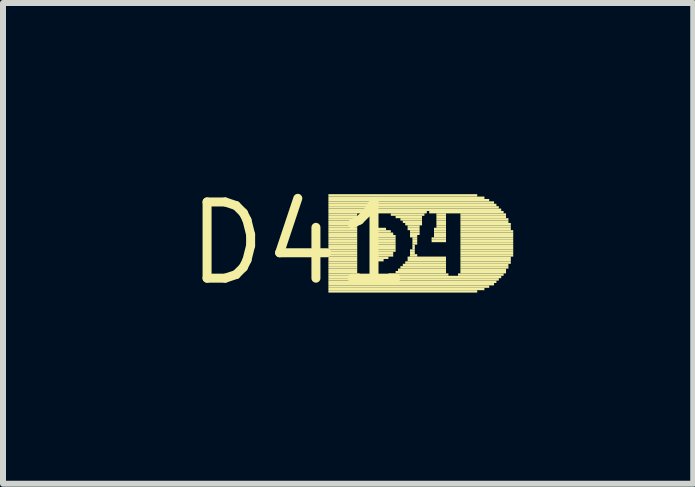
<source format=kicad_pcb>
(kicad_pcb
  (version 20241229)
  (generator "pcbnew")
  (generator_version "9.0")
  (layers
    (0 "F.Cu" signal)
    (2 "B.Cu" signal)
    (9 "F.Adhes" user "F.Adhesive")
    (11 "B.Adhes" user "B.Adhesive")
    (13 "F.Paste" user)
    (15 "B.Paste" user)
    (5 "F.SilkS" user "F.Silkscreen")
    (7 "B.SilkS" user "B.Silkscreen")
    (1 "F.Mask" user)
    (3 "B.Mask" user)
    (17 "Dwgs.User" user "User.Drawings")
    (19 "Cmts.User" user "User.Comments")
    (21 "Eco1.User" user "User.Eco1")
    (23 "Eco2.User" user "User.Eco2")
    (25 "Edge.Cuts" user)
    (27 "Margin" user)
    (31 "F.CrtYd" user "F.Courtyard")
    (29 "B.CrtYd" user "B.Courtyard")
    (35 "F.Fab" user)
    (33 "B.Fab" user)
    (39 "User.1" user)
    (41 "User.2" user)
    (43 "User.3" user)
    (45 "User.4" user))
  (footprint "D41"
    (layer "F.Cu")
    (at 1.943 1.006)
    (property "Reference" "D41" (at 0 0 0) (layer "F.SilkS") (effects (font (size 1.27 1.27) (thickness 0.15))))
    (fp_poly (pts (xy 0.48 -0.78) (xy 2.96 -0.78) (xy 2.96 -0.82) (xy 0.48 -0.82)) (stroke (width 0) (type default)) (fill yes) (layer "F.SilkS"))
    (fp_poly (pts (xy 0.48 -0.74) (xy 3.08 -0.74) (xy 3.08 -0.78) (xy 0.48 -0.78)) (stroke (width 0) (type default)) (fill yes) (layer "F.SilkS"))
    (fp_poly (pts (xy 0.48 -0.7) (xy 3.16 -0.7) (xy 3.16 -0.74) (xy 0.48 -0.74)) (stroke (width 0) (type default)) (fill yes) (layer "F.SilkS"))
    (fp_poly (pts (xy 0.48 -0.66) (xy 3.24 -0.66) (xy 3.24 -0.7) (xy 0.48 -0.7)) (stroke (width 0) (type default)) (fill yes) (layer "F.SilkS"))
    (fp_poly (pts (xy 0.48 -0.62) (xy 3.28 -0.62) (xy 3.28 -0.66) (xy 0.48 -0.66)) (stroke (width 0) (type default)) (fill yes) (layer "F.SilkS"))
    (fp_poly (pts (xy 0.48 -0.58) (xy 3.32 -0.58) (xy 3.32 -0.62) (xy 0.48 -0.62)) (stroke (width 0) (type default)) (fill yes) (layer "F.SilkS"))
    (fp_poly (pts (xy 0.48 -0.54) (xy 3.36 -0.54) (xy 3.36 -0.58) (xy 0.48 -0.58)) (stroke (width 0) (type default)) (fill yes) (layer "F.SilkS"))
    (fp_poly (pts (xy 0.48 -0.5) (xy 2.12 -0.5) (xy 2.12 -0.54) (xy 0.48 -0.54)) (stroke (width 0) (type default)) (fill yes) (layer "F.SilkS"))
    (fp_poly (pts (xy 0.48 -0.46) (xy 0.96 -0.46) (xy 0.96 -0.5) (xy 0.48 -0.5)) (stroke (width 0) (type default)) (fill yes) (layer "F.SilkS"))
    (fp_poly (pts (xy 0.48 -0.42) (xy 0.96 -0.42) (xy 0.96 -0.46) (xy 0.48 -0.46)) (stroke (width 0) (type default)) (fill yes) (layer "F.SilkS"))
    (fp_poly (pts (xy 0.48 -0.38) (xy 0.96 -0.38) (xy 0.96 -0.42) (xy 0.48 -0.42)) (stroke (width 0) (type default)) (fill yes) (layer "F.SilkS"))
    (fp_poly (pts (xy 0.48 -0.34) (xy 0.96 -0.34) (xy 0.96 -0.38) (xy 0.48 -0.38)) (stroke (width 0) (type default)) (fill yes) (layer "F.SilkS"))
    (fp_poly (pts (xy 0.48 -0.3) (xy 0.96 -0.3) (xy 0.96 -0.34) (xy 0.48 -0.34)) (stroke (width 0) (type default)) (fill yes) (layer "F.SilkS"))
    (fp_poly (pts (xy 0.48 -0.26) (xy 0.96 -0.26) (xy 0.96 -0.3) (xy 0.48 -0.3)) (stroke (width 0) (type default)) (fill yes) (layer "F.SilkS"))
    (fp_poly (pts (xy 0.48 -0.22) (xy 0.96 -0.22) (xy 0.96 -0.26) (xy 0.48 -0.26)) (stroke (width 0) (type default)) (fill yes) (layer "F.SilkS"))
    (fp_poly (pts (xy 0.48 -0.18) (xy 0.96 -0.18) (xy 0.96 -0.22) (xy 0.48 -0.22)) (stroke (width 0) (type default)) (fill yes) (layer "F.SilkS"))
    (fp_poly (pts (xy 0.48 -0.14) (xy 0.96 -0.14) (xy 0.96 -0.18) (xy 0.48 -0.18)) (stroke (width 0) (type default)) (fill yes) (layer "F.SilkS"))
    (fp_poly (pts (xy 0.48 -0.1) (xy 0.96 -0.1) (xy 0.96 -0.14) (xy 0.48 -0.14)) (stroke (width 0) (type default)) (fill yes) (layer "F.SilkS"))
    (fp_poly (pts (xy 0.48 -0.06) (xy 0.96 -0.06) (xy 0.96 -0.1) (xy 0.48 -0.1)) (stroke (width 0) (type default)) (fill yes) (layer "F.SilkS"))
    (fp_poly (pts (xy 0.48 -0.02) (xy 0.96 -0.02) (xy 0.96 -0.06) (xy 0.48 -0.06)) (stroke (width 0) (type default)) (fill yes) (layer "F.SilkS"))
    (fp_poly (pts (xy 0.48 0.02) (xy 0.96 0.02) (xy 0.96 -0.02) (xy 0.48 -0.02)) (stroke (width 0) (type default)) (fill yes) (layer "F.SilkS"))
    (fp_poly (pts (xy 0.48 0.06) (xy 0.96 0.06) (xy 0.96 0.02) (xy 0.48 0.02)) (stroke (width 0) (type default)) (fill yes) (layer "F.SilkS"))
    (fp_poly (pts (xy 0.48 0.1) (xy 0.96 0.1) (xy 0.96 0.06) (xy 0.48 0.06)) (stroke (width 0) (type default)) (fill yes) (layer "F.SilkS"))
    (fp_poly (pts (xy 0.48 0.14) (xy 0.96 0.14) (xy 0.96 0.1) (xy 0.48 0.1)) (stroke (width 0) (type default)) (fill yes) (layer "F.SilkS"))
    (fp_poly (pts (xy 0.48 0.18) (xy 0.96 0.18) (xy 0.96 0.14) (xy 0.48 0.14)) (stroke (width 0) (type default)) (fill yes) (layer "F.SilkS"))
    (fp_poly (pts (xy 0.48 0.22) (xy 0.96 0.22) (xy 0.96 0.18) (xy 0.48 0.18)) (stroke (width 0) (type default)) (fill yes) (layer "F.SilkS"))
    (fp_poly (pts (xy 0.48 0.26) (xy 0.96 0.26) (xy 0.96 0.22) (xy 0.48 0.22)) (stroke (width 0) (type default)) (fill yes) (layer "F.SilkS"))
    (fp_poly (pts (xy 0.48 0.3) (xy 0.96 0.3) (xy 0.96 0.26) (xy 0.48 0.26)) (stroke (width 0) (type default)) (fill yes) (layer "F.SilkS"))
    (fp_poly (pts (xy 0.48 0.34) (xy 0.96 0.34) (xy 0.96 0.3) (xy 0.48 0.3)) (stroke (width 0) (type default)) (fill yes) (layer "F.SilkS"))
    (fp_poly (pts (xy 0.48 0.38) (xy 0.96 0.38) (xy 0.96 0.34) (xy 0.48 0.34)) (stroke (width 0) (type default)) (fill yes) (layer "F.SilkS"))
    (fp_poly (pts (xy 0.48 0.42) (xy 0.96 0.42) (xy 0.96 0.38) (xy 0.48 0.38)) (stroke (width 0) (type default)) (fill yes) (layer "F.SilkS"))
    (fp_poly (pts (xy 0.48 0.46) (xy 0.96 0.46) (xy 0.96 0.42) (xy 0.48 0.42)) (stroke (width 0) (type default)) (fill yes) (layer "F.SilkS"))
    (fp_poly (pts (xy 0.48 0.5) (xy 0.96 0.5) (xy 0.96 0.46) (xy 0.48 0.46)) (stroke (width 0) (type default)) (fill yes) (layer "F.SilkS"))
    (fp_poly (pts (xy 0.48 0.54) (xy 1 0.54) (xy 1 0.5) (xy 0.48 0.5)) (stroke (width 0) (type default)) (fill yes) (layer "F.SilkS"))
    (fp_poly (pts (xy 0.48 0.58) (xy 3.36 0.58) (xy 3.36 0.54) (xy 0.48 0.54)) (stroke (width 0) (type default)) (fill yes) (layer "F.SilkS"))
    (fp_poly (pts (xy 0.48 0.62) (xy 3.32 0.62) (xy 3.32 0.58) (xy 0.48 0.58)) (stroke (width 0) (type default)) (fill yes) (layer "F.SilkS"))
    (fp_poly (pts (xy 0.48 0.66) (xy 3.28 0.66) (xy 3.28 0.62) (xy 0.48 0.62)) (stroke (width 0) (type default)) (fill yes) (layer "F.SilkS"))
    (fp_poly (pts (xy 0.48 0.7) (xy 3.24 0.7) (xy 3.24 0.66) (xy 0.48 0.66)) (stroke (width 0) (type default)) (fill yes) (layer "F.SilkS"))
    (fp_poly (pts (xy 0.48 0.74) (xy 3.16 0.74) (xy 3.16 0.7) (xy 0.48 0.7)) (stroke (width 0) (type default)) (fill yes) (layer "F.SilkS"))
    (fp_poly (pts (xy 0.48 0.78) (xy 3.08 0.78) (xy 3.08 0.74) (xy 0.48 0.74)) (stroke (width 0) (type default)) (fill yes) (layer "F.SilkS"))
    (fp_poly (pts (xy 0.48 0.82) (xy 2.96 0.82) (xy 2.96 0.78) (xy 0.48 0.78)) (stroke (width 0) (type default)) (fill yes) (layer "F.SilkS"))
    (fp_poly (pts (xy 1.2 -0.22) (xy 1.44 -0.22) (xy 1.44 -0.26) (xy 1.2 -0.26)) (stroke (width 0) (type default)) (fill yes) (layer "F.SilkS"))
    (fp_poly (pts (xy 1.2 -0.18) (xy 1.52 -0.18) (xy 1.52 -0.22) (xy 1.2 -0.22)) (stroke (width 0) (type default)) (fill yes) (layer "F.SilkS"))
    (fp_poly (pts (xy 1.2 -0.14) (xy 1.56 -0.14) (xy 1.56 -0.18) (xy 1.2 -0.18)) (stroke (width 0) (type default)) (fill yes) (layer "F.SilkS"))
    (fp_poly (pts (xy 1.2 -0.1) (xy 1.6 -0.1) (xy 1.6 -0.14) (xy 1.2 -0.14)) (stroke (width 0) (type default)) (fill yes) (layer "F.SilkS"))
    (fp_poly (pts (xy 1.2 -0.06) (xy 1.6 -0.06) (xy 1.6 -0.1) (xy 1.2 -0.1)) (stroke (width 0) (type default)) (fill yes) (layer "F.SilkS"))
    (fp_poly (pts (xy 1.2 -0.02) (xy 1.6 -0.02) (xy 1.6 -0.06) (xy 1.2 -0.06)) (stroke (width 0) (type default)) (fill yes) (layer "F.SilkS"))
    (fp_poly (pts (xy 1.2 0.02) (xy 1.6 0.02) (xy 1.6 -0.02) (xy 1.2 -0.02)) (stroke (width 0) (type default)) (fill yes) (layer "F.SilkS"))
    (fp_poly (pts (xy 1.2 0.06) (xy 1.6 0.06) (xy 1.6 0.02) (xy 1.2 0.02)) (stroke (width 0) (type default)) (fill yes) (layer "F.SilkS"))
    (fp_poly (pts (xy 1.2 0.1) (xy 1.6 0.1) (xy 1.6 0.06) (xy 1.2 0.06)) (stroke (width 0) (type default)) (fill yes) (layer "F.SilkS"))
    (fp_poly (pts (xy 1.2 0.14) (xy 1.6 0.14) (xy 1.6 0.1) (xy 1.2 0.1)) (stroke (width 0) (type default)) (fill yes) (layer "F.SilkS"))
    (fp_poly (pts (xy 1.2 0.18) (xy 1.56 0.18) (xy 1.56 0.14) (xy 1.2 0.14)) (stroke (width 0) (type default)) (fill yes) (layer "F.SilkS"))
    (fp_poly (pts (xy 1.2 0.22) (xy 1.56 0.22) (xy 1.56 0.18) (xy 1.2 0.18)) (stroke (width 0) (type default)) (fill yes) (layer "F.SilkS"))
    (fp_poly (pts (xy 1.2 0.26) (xy 1.48 0.26) (xy 1.48 0.22) (xy 1.2 0.22)) (stroke (width 0) (type default)) (fill yes) (layer "F.SilkS"))
    (fp_poly (pts (xy 1.2 0.3) (xy 1.4 0.3) (xy 1.4 0.26) (xy 1.2 0.26)) (stroke (width 0) (type default)) (fill yes) (layer "F.SilkS"))
    (fp_poly (pts (xy 1.48 0.54) (xy 2.48 0.54) (xy 2.48 0.5) (xy 1.48 0.5)) (stroke (width 0) (type default)) (fill yes) (layer "F.SilkS"))
    (fp_poly (pts (xy 1.52 -0.46) (xy 2.08 -0.46) (xy 2.08 -0.5) (xy 1.52 -0.5)) (stroke (width 0) (type default)) (fill yes) (layer "F.SilkS"))
    (fp_poly (pts (xy 1.6 -0.42) (xy 2.04 -0.42) (xy 2.04 -0.46) (xy 1.6 -0.46)) (stroke (width 0) (type default)) (fill yes) (layer "F.SilkS"))
    (fp_poly (pts (xy 1.6 0.5) (xy 2.44 0.5) (xy 2.44 0.46) (xy 1.6 0.46)) (stroke (width 0) (type default)) (fill yes) (layer "F.SilkS"))
    (fp_poly (pts (xy 1.64 0.46) (xy 2.44 0.46) (xy 2.44 0.42) (xy 1.64 0.42)) (stroke (width 0) (type default)) (fill yes) (layer "F.SilkS"))
    (fp_poly (pts (xy 1.68 -0.38) (xy 2.04 -0.38) (xy 2.04 -0.42) (xy 1.68 -0.42)) (stroke (width 0) (type default)) (fill yes) (layer "F.SilkS"))
    (fp_poly (pts (xy 1.68 0.42) (xy 2.44 0.42) (xy 2.44 0.38) (xy 1.68 0.38)) (stroke (width 0) (type default)) (fill yes) (layer "F.SilkS"))
    (fp_poly (pts (xy 1.72 -0.34) (xy 2.04 -0.34) (xy 2.04 -0.38) (xy 1.72 -0.38)) (stroke (width 0) (type default)) (fill yes) (layer "F.SilkS"))
    (fp_poly (pts (xy 1.72 0.38) (xy 2.44 0.38) (xy 2.44 0.34) (xy 1.72 0.34)) (stroke (width 0) (type default)) (fill yes) (layer "F.SilkS"))
    (fp_poly (pts (xy 1.76 -0.3) (xy 2.04 -0.3) (xy 2.04 -0.34) (xy 1.76 -0.34)) (stroke (width 0) (type default)) (fill yes) (layer "F.SilkS"))
    (fp_poly (pts (xy 1.76 0.34) (xy 2.44 0.34) (xy 2.44 0.3) (xy 1.76 0.3)) (stroke (width 0) (type default)) (fill yes) (layer "F.SilkS"))
    (fp_poly (pts (xy 1.8 -0.26) (xy 2 -0.26) (xy 2 -0.3) (xy 1.8 -0.3)) (stroke (width 0) (type default)) (fill yes) (layer "F.SilkS"))
    (fp_poly (pts (xy 1.8 -0.22) (xy 2 -0.22) (xy 2 -0.26) (xy 1.8 -0.26)) (stroke (width 0) (type default)) (fill yes) (layer "F.SilkS"))
    (fp_poly (pts (xy 1.8 0.26) (xy 2.44 0.26) (xy 2.44 0.22) (xy 1.8 0.22)) (stroke (width 0) (type default)) (fill yes) (layer "F.SilkS"))
    (fp_poly (pts (xy 1.8 0.3) (xy 2.44 0.3) (xy 2.44 0.26) (xy 1.8 0.26)) (stroke (width 0) (type default)) (fill yes) (layer "F.SilkS"))
    (fp_poly (pts (xy 1.84 -0.18) (xy 2 -0.18) (xy 2 -0.22) (xy 1.84 -0.22)) (stroke (width 0) (type default)) (fill yes) (layer "F.SilkS"))
    (fp_poly (pts (xy 1.84 -0.14) (xy 2 -0.14) (xy 2 -0.18) (xy 1.84 -0.18)) (stroke (width 0) (type default)) (fill yes) (layer "F.SilkS"))
    (fp_poly (pts (xy 1.84 -0.1) (xy 1.96 -0.1) (xy 1.96 -0.14) (xy 1.84 -0.14)) (stroke (width 0) (type default)) (fill yes) (layer "F.SilkS"))
    (fp_poly (pts (xy 1.84 0.14) (xy 1.92 0.14) (xy 1.92 0.1) (xy 1.84 0.1)) (stroke (width 0) (type default)) (fill yes) (layer "F.SilkS"))
    (fp_poly (pts (xy 1.84 0.18) (xy 1.92 0.18) (xy 1.92 0.14) (xy 1.84 0.14)) (stroke (width 0) (type default)) (fill yes) (layer "F.SilkS"))
    (fp_poly (pts (xy 1.84 0.22) (xy 1.96 0.22) (xy 1.96 0.18) (xy 1.84 0.18)) (stroke (width 0) (type default)) (fill yes) (layer "F.SilkS"))
    (fp_poly (pts (xy 1.88 -0.06) (xy 1.96 -0.06) (xy 1.96 -0.1) (xy 1.88 -0.1)) (stroke (width 0) (type default)) (fill yes) (layer "F.SilkS"))
    (fp_poly (pts (xy 1.88 -0.02) (xy 1.96 -0.02) (xy 1.96 -0.06) (xy 1.88 -0.06)) (stroke (width 0) (type default)) (fill yes) (layer "F.SilkS"))
    (fp_poly (pts (xy 1.88 0.02) (xy 1.96 0.02) (xy 1.96 -0.02) (xy 1.88 -0.02)) (stroke (width 0) (type default)) (fill yes) (layer "F.SilkS"))
    (fp_poly (pts (xy 1.88 0.06) (xy 1.92 0.06) (xy 1.92 0.02) (xy 1.88 0.02)) (stroke (width 0) (type default)) (fill yes) (layer "F.SilkS"))
    (fp_poly (pts (xy 1.88 0.1) (xy 1.92 0.1) (xy 1.92 0.06) (xy 1.88 0.06)) (stroke (width 0) (type default)) (fill yes) (layer "F.SilkS"))
    (fp_poly (pts (xy 2.16 -0.5) (xy 3.4 -0.5) (xy 3.4 -0.54) (xy 2.16 -0.54)) (stroke (width 0) (type default)) (fill yes) (layer "F.SilkS"))
    (fp_poly (pts (xy 2.2 -0.06) (xy 2.44 -0.06) (xy 2.44 -0.1) (xy 2.2 -0.1)) (stroke (width 0) (type default)) (fill yes) (layer "F.SilkS"))
    (fp_poly (pts (xy 2.2 -0.02) (xy 2.44 -0.02) (xy 2.44 -0.06) (xy 2.2 -0.06)) (stroke (width 0) (type default)) (fill yes) (layer "F.SilkS"))
    (fp_poly (pts (xy 2.24 -0.22) (xy 2.44 -0.22) (xy 2.44 -0.26) (xy 2.24 -0.26)) (stroke (width 0) (type default)) (fill yes) (layer "F.SilkS"))
    (fp_poly (pts (xy 2.24 -0.18) (xy 2.44 -0.18) (xy 2.44 -0.22) (xy 2.24 -0.22)) (stroke (width 0) (type default)) (fill yes) (layer "F.SilkS"))
    (fp_poly (pts (xy 2.24 -0.14) (xy 2.44 -0.14) (xy 2.44 -0.18) (xy 2.24 -0.18)) (stroke (width 0) (type default)) (fill yes) (layer "F.SilkS"))
    (fp_poly (pts (xy 2.24 -0.1) (xy 2.44 -0.1) (xy 2.44 -0.14) (xy 2.24 -0.14)) (stroke (width 0) (type default)) (fill yes) (layer "F.SilkS"))
    (fp_poly (pts (xy 2.28 -0.46) (xy 2.44 -0.46) (xy 2.44 -0.5) (xy 2.28 -0.5)) (stroke (width 0) (type default)) (fill yes) (layer "F.SilkS"))
    (fp_poly (pts (xy 2.28 -0.42) (xy 2.44 -0.42) (xy 2.44 -0.46) (xy 2.28 -0.46)) (stroke (width 0) (type default)) (fill yes) (layer "F.SilkS"))
    (fp_poly (pts (xy 2.28 -0.38) (xy 2.44 -0.38) (xy 2.44 -0.42) (xy 2.28 -0.42)) (stroke (width 0) (type default)) (fill yes) (layer "F.SilkS"))
    (fp_poly (pts (xy 2.28 -0.34) (xy 2.44 -0.34) (xy 2.44 -0.38) (xy 2.28 -0.38)) (stroke (width 0) (type default)) (fill yes) (layer "F.SilkS"))
    (fp_poly (pts (xy 2.28 -0.3) (xy 2.44 -0.3) (xy 2.44 -0.34) (xy 2.28 -0.34)) (stroke (width 0) (type default)) (fill yes) (layer "F.SilkS"))
    (fp_poly (pts (xy 2.28 -0.26) (xy 2.44 -0.26) (xy 2.44 -0.3) (xy 2.28 -0.3)) (stroke (width 0) (type default)) (fill yes) (layer "F.SilkS"))
    (fp_poly (pts (xy 2.64 0.54) (xy 3.4 0.54) (xy 3.4 0.5) (xy 2.64 0.5)) (stroke (width 0) (type default)) (fill yes) (layer "F.SilkS"))
    (fp_poly (pts (xy 2.68 -0.46) (xy 3.44 -0.46) (xy 3.44 -0.5) (xy 2.68 -0.5)) (stroke (width 0) (type default)) (fill yes) (layer "F.SilkS"))
    (fp_poly (pts (xy 2.68 -0.42) (xy 3.44 -0.42) (xy 3.44 -0.46) (xy 2.68 -0.46)) (stroke (width 0) (type default)) (fill yes) (layer "F.SilkS"))
    (fp_poly (pts (xy 2.68 -0.38) (xy 3.48 -0.38) (xy 3.48 -0.42) (xy 2.68 -0.42)) (stroke (width 0) (type default)) (fill yes) (layer "F.SilkS"))
    (fp_poly (pts (xy 2.68 -0.34) (xy 3.48 -0.34) (xy 3.48 -0.38) (xy 2.68 -0.38)) (stroke (width 0) (type default)) (fill yes) (layer "F.SilkS"))
    (fp_poly (pts (xy 2.68 -0.3) (xy 3.52 -0.3) (xy 3.52 -0.34) (xy 2.68 -0.34)) (stroke (width 0) (type default)) (fill yes) (layer "F.SilkS"))
    (fp_poly (pts (xy 2.68 -0.26) (xy 3.52 -0.26) (xy 3.52 -0.3) (xy 2.68 -0.3)) (stroke (width 0) (type default)) (fill yes) (layer "F.SilkS"))
    (fp_poly (pts (xy 2.68 -0.22) (xy 3.52 -0.22) (xy 3.52 -0.26) (xy 2.68 -0.26)) (stroke (width 0) (type default)) (fill yes) (layer "F.SilkS"))
    (fp_poly (pts (xy 2.68 -0.18) (xy 3.56 -0.18) (xy 3.56 -0.22) (xy 2.68 -0.22)) (stroke (width 0) (type default)) (fill yes) (layer "F.SilkS"))
    (fp_poly (pts (xy 2.68 -0.14) (xy 3.56 -0.14) (xy 3.56 -0.18) (xy 2.68 -0.18)) (stroke (width 0) (type default)) (fill yes) (layer "F.SilkS"))
    (fp_poly (pts (xy 2.68 -0.1) (xy 3.56 -0.1) (xy 3.56 -0.14) (xy 2.68 -0.14)) (stroke (width 0) (type default)) (fill yes) (layer "F.SilkS"))
    (fp_poly (pts (xy 2.68 -0.06) (xy 3.56 -0.06) (xy 3.56 -0.1) (xy 2.68 -0.1)) (stroke (width 0) (type default)) (fill yes) (layer "F.SilkS"))
    (fp_poly (pts (xy 2.68 -0.02) (xy 3.56 -0.02) (xy 3.56 -0.06) (xy 2.68 -0.06)) (stroke (width 0) (type default)) (fill yes) (layer "F.SilkS"))
    (fp_poly (pts (xy 2.68 0.02) (xy 3.56 0.02) (xy 3.56 -0.02) (xy 2.68 -0.02)) (stroke (width 0) (type default)) (fill yes) (layer "F.SilkS"))
    (fp_poly (pts (xy 2.68 0.06) (xy 3.56 0.06) (xy 3.56 0.02) (xy 2.68 0.02)) (stroke (width 0) (type default)) (fill yes) (layer "F.SilkS"))
    (fp_poly (pts (xy 2.68 0.1) (xy 3.56 0.1) (xy 3.56 0.06) (xy 2.68 0.06)) (stroke (width 0) (type default)) (fill yes) (layer "F.SilkS"))
    (fp_poly (pts (xy 2.68 0.14) (xy 3.56 0.14) (xy 3.56 0.1) (xy 2.68 0.1)) (stroke (width 0) (type default)) (fill yes) (layer "F.SilkS"))
    (fp_poly (pts (xy 2.68 0.18) (xy 3.56 0.18) (xy 3.56 0.14) (xy 2.68 0.14)) (stroke (width 0) (type default)) (fill yes) (layer "F.SilkS"))
    (fp_poly (pts (xy 2.68 0.22) (xy 3.56 0.22) (xy 3.56 0.18) (xy 2.68 0.18)) (stroke (width 0) (type default)) (fill yes) (layer "F.SilkS"))
    (fp_poly (pts (xy 2.68 0.26) (xy 3.52 0.26) (xy 3.52 0.22) (xy 2.68 0.22)) (stroke (width 0) (type default)) (fill yes) (layer "F.SilkS"))
    (fp_poly (pts (xy 2.68 0.3) (xy 3.52 0.3) (xy 3.52 0.26) (xy 2.68 0.26)) (stroke (width 0) (type default)) (fill yes) (layer "F.SilkS"))
    (fp_poly (pts (xy 2.68 0.34) (xy 3.52 0.34) (xy 3.52 0.3) (xy 2.68 0.3)) (stroke (width 0) (type default)) (fill yes) (layer "F.SilkS"))
    (fp_poly (pts (xy 2.68 0.38) (xy 3.48 0.38) (xy 3.48 0.34) (xy 2.68 0.34)) (stroke (width 0) (type default)) (fill yes) (layer "F.SilkS"))
    (fp_poly (pts (xy 2.68 0.42) (xy 3.48 0.42) (xy 3.48 0.38) (xy 2.68 0.38)) (stroke (width 0) (type default)) (fill yes) (layer "F.SilkS"))
    (fp_poly (pts (xy 2.68 0.46) (xy 3.44 0.46) (xy 3.44 0.42) (xy 2.68 0.42)) (stroke (width 0) (type default)) (fill yes) (layer "F.SilkS"))
    (fp_poly (pts (xy 2.68 0.5) (xy 3.44 0.5) (xy 3.44 0.46) (xy 2.68 0.46)) (stroke (width 0) (type default)) (fill yes) (layer "F.SilkS")))
  (gr_rect
    (start -3 -3)
    (end 8.503 5.012)
    (stroke (width 0.1) (type default))
    (fill no)
    (layer "Edge.Cuts")))
</source>
